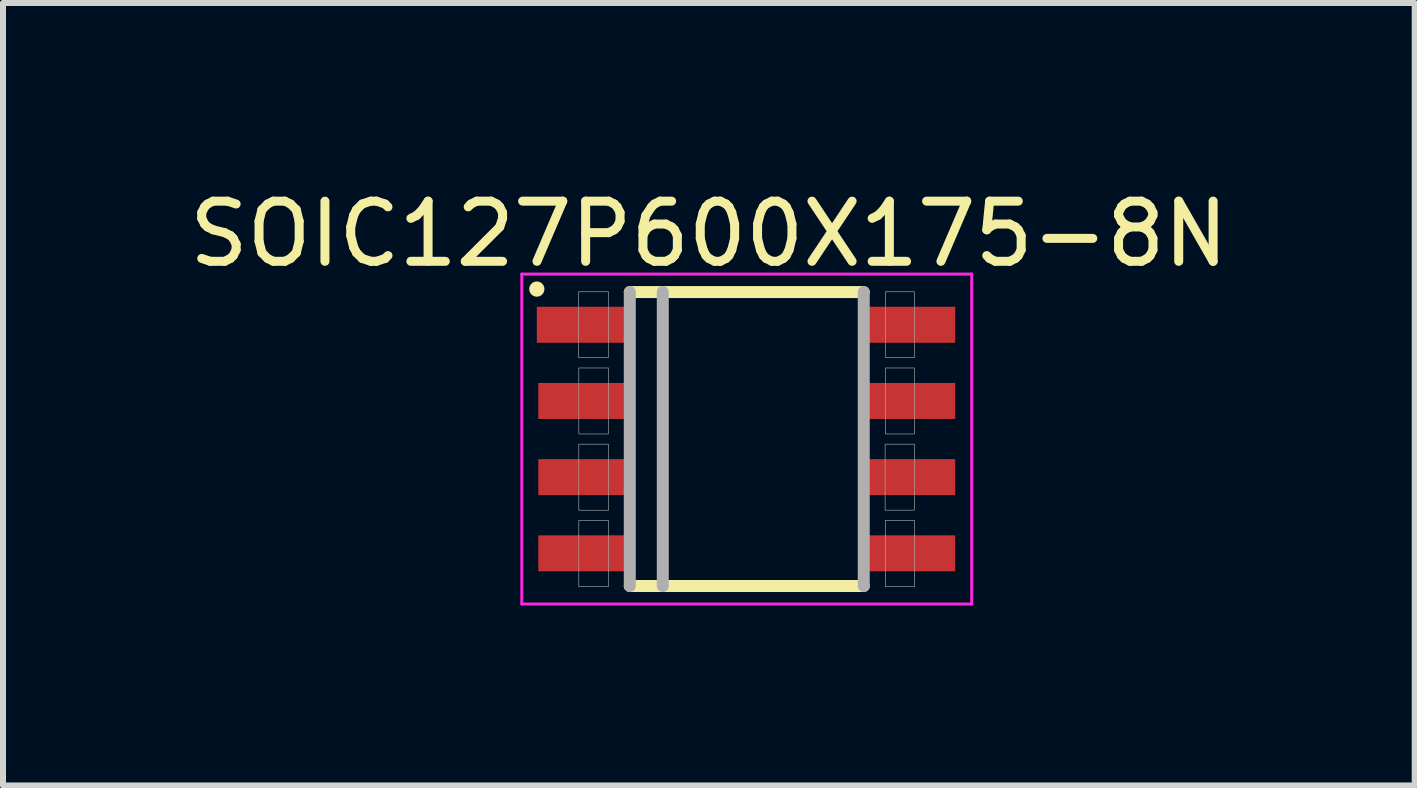
<source format=kicad_pcb>
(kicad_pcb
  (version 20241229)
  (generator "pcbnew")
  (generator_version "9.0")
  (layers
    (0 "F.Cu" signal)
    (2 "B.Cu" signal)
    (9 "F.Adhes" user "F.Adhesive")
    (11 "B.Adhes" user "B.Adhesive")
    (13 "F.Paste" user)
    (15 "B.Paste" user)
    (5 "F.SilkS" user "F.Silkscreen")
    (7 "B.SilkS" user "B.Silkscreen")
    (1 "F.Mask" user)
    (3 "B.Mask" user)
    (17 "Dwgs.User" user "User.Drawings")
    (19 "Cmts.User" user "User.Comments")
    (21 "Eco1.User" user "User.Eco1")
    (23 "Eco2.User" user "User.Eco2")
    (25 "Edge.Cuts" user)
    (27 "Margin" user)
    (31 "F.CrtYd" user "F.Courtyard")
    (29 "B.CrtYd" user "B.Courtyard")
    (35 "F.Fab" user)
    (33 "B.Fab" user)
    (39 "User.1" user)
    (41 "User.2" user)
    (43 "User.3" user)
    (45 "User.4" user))
  (footprint "SOIC127P600X175-8N"
    (layer "F.Cu")
    (at 9.399 4.269)
    (property "Reference" "SOIC127P600X175-8N" (at -0.632 -3.419 0) (layer "F.SilkS") (effects (font (size 1.003 1.003) (thickness 0.15))))
    (attr through_hole)
    (fp_line (start -1.95 -2.45) (end 1.95 -2.45) (stroke (width 0.2) (type solid)) (layer "F.SilkS"))
    (fp_line (start -1.95 2.45) (end 1.95 2.45) (stroke (width 0.2) (type solid)) (layer "F.SilkS"))
    (fp_circle (center -3.5 -2.5) (end -3.373 -2.5) (stroke (width 0) (type solid)) (fill yes) (layer "F.SilkS"))
    (fp_line (start -3.75 -2.75) (end 3.75 -2.75) (stroke (width 0.05) (type solid)) (layer "F.CrtYd"))
    (fp_line (start -3.75 2.75) (end -3.75 -2.75) (stroke (width 0.05) (type solid)) (layer "F.CrtYd"))
    (fp_line (start 3.75 -2.75) (end 3.75 2.75) (stroke (width 0.05) (type solid)) (layer "F.CrtYd"))
    (fp_line (start 3.75 2.75) (end -3.75 2.75) (stroke (width 0.05) (type solid)) (layer "F.CrtYd"))
    (fp_line (start -1.95 2.45) (end -1.95 -2.45) (stroke (width 0.2) (type solid)) (layer "F.Fab"))
    (fp_line (start -1.4 2.45) (end -1.4 -2.45) (stroke (width 0.2) (type solid)) (layer "F.Fab"))
    (fp_line (start 1.95 -2.45) (end 1.95 2.45) (stroke (width 0.2) (type solid)) (layer "F.Fab"))
    (fp_poly (pts (xy -2.805 -2.455) (xy -2.305 -2.455) (xy -2.305 -1.36) (xy -2.805 -1.36)) (stroke (width 0.01) (type solid)) (fill no) (layer "F.Fab"))
    (fp_poly (pts (xy -2.8 0.085) (xy -2.305 0.085) (xy -2.305 1.187) (xy -2.8 1.187)) (stroke (width 0.01) (type solid)) (fill no) (layer "F.Fab"))
    (fp_poly (pts (xy -2.8 -1.185) (xy -2.305 -1.185) (xy -2.305 -0.085) (xy -2.8 -0.085)) (stroke (width 0.01) (type solid)) (fill no) (layer "F.Fab"))
    (fp_poly (pts (xy -2.8 1.355) (xy -2.305 1.355) (xy -2.305 2.459) (xy -2.8 2.459)) (stroke (width 0.01) (type solid)) (fill no) (layer "F.Fab"))
    (fp_poly (pts (xy 2.306 0.085) (xy 2.795 0.085) (xy 2.795 1.186) (xy 2.306 1.186)) (stroke (width 0.01) (type solid)) (fill no) (layer "F.Fab"))
    (fp_poly (pts (xy 2.31 -1.185) (xy 2.795 -1.185) (xy 2.795 -0.085) (xy 2.31 -0.085)) (stroke (width 0.01) (type solid)) (fill no) (layer "F.Fab"))
    (fp_poly (pts (xy 2.31 1.355) (xy 2.795 1.355) (xy 2.795 2.46) (xy 2.31 2.46)) (stroke (width 0.01) (type solid)) (fill no) (layer "F.Fab"))
    (fp_poly (pts (xy 2.312 -2.455) (xy 2.795 -2.455) (xy 2.795 -1.359) (xy 2.312 -1.359)) (stroke (width 0.01) (type solid)) (fill no) (layer "F.Fab"))
    (pad "1" smd rect (at -2.7 -1.905) (size 1.6 0.6) (layers "F.Cu" "F.Mask" "F.Paste"))
    (pad "2" smd rect (at -2.7 -0.635) (size 1.55 0.6) (layers "F.Cu" "F.Mask" "F.Paste"))
    (pad "3" smd rect (at -2.7 0.635) (size 1.55 0.6) (layers "F.Cu" "F.Mask" "F.Paste"))
    (pad "4" smd rect (at -2.7 1.905) (size 1.55 0.6) (layers "F.Cu" "F.Mask" "F.Paste"))
    (pad "5" smd rect (at 2.7 1.905) (size 1.55 0.6) (layers "F.Cu" "F.Mask" "F.Paste"))
    (pad "6" smd rect (at 2.7 0.635) (size 1.55 0.6) (layers "F.Cu" "F.Mask" "F.Paste"))
    (pad "7" smd rect (at 2.7 -0.635) (size 1.55 0.6) (layers "F.Cu" "F.Mask" "F.Paste"))
    (pad "8" smd rect (at 2.7 -1.905) (size 1.55 0.6) (layers "F.Cu" "F.Mask" "F.Paste")))
  (gr_rect
    (start -3 -3)
    (end 20.534 10.044)
    (stroke (width 0.1) (type default))
    (fill no)
    (layer "Edge.Cuts")))
</source>
